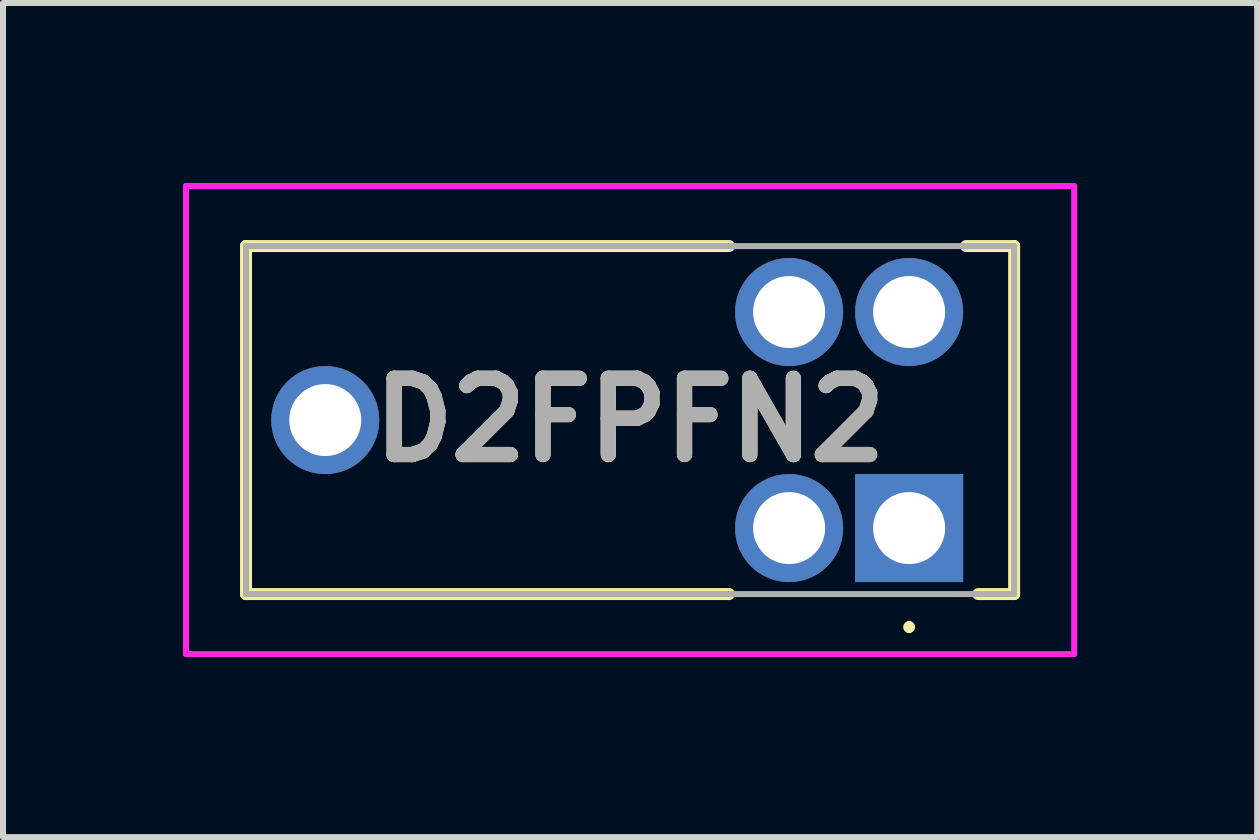
<source format=kicad_pcb>
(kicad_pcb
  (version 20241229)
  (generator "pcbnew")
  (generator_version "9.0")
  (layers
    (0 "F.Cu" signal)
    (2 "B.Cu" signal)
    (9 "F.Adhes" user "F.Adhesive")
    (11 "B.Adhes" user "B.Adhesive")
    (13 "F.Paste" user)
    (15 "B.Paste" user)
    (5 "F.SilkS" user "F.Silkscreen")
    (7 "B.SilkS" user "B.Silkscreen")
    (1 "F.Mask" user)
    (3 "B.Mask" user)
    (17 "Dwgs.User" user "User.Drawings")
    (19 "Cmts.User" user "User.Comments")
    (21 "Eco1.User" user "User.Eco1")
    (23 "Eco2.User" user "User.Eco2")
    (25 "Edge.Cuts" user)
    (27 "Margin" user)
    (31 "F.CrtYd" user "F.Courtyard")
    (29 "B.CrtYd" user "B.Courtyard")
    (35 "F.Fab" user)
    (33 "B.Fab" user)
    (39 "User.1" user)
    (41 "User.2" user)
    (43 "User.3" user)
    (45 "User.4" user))
  (footprint "D2FPFN2"
    (layer "F.Cu")
    (at 12.1 5.75)
    (property "Reference" "D2FPFN2" (at -4.65 -1.8 0) (layer "F.SilkS") (effects (font (size 1.27 1.27) (thickness 0.254))))
    (attr through_hole)
    (fp_line (start -11.05 -4.7) (end -11.05 1.1) (stroke (width 0.2) (type solid)) (layer "F.SilkS"))
    (fp_line (start -11.05 1.1) (end -3 1.1) (stroke (width 0.2) (type solid)) (layer "F.SilkS"))
    (fp_line (start -3 -4.7) (end -11.05 -4.7) (stroke (width 0.2) (type solid)) (layer "F.SilkS"))
    (fp_line (start 0 1.6) (end 0 1.6) (stroke (width 0.1) (type solid)) (layer "F.SilkS"))
    (fp_line (start 0 1.7) (end 0 1.7) (stroke (width 0.1) (type solid)) (layer "F.SilkS"))
    (fp_line (start 0.95 -4.7) (end 1.75 -4.7) (stroke (width 0.2) (type solid)) (layer "F.SilkS"))
    (fp_line (start 1.75 -4.7) (end 1.75 1.1) (stroke (width 0.2) (type solid)) (layer "F.SilkS"))
    (fp_line (start 1.75 1.1) (end 1.15 1.1) (stroke (width 0.2) (type solid)) (layer "F.SilkS"))
    (fp_arc (start 0 1.6) (mid 0.05 1.65) (end 0 1.7) (stroke (width 0.1) (type solid)) (layer "F.SilkS"))
    (fp_arc (start 0 1.7) (mid -0.05 1.65) (end 0 1.6) (stroke (width 0.1) (type solid)) (layer "F.SilkS"))
    (fp_line (start -12.05 -5.7) (end 2.75 -5.7) (stroke (width 0.1) (type solid)) (layer "F.CrtYd"))
    (fp_line (start -12.05 2.1) (end -12.05 -5.7) (stroke (width 0.1) (type solid)) (layer "F.CrtYd"))
    (fp_line (start 2.75 -5.7) (end 2.75 2.1) (stroke (width 0.1) (type solid)) (layer "F.CrtYd"))
    (fp_line (start 2.75 2.1) (end -12.05 2.1) (stroke (width 0.1) (type solid)) (layer "F.CrtYd"))
    (fp_line (start -11.05 -4.7) (end 1.75 -4.7) (stroke (width 0.1) (type solid)) (layer "F.Fab"))
    (fp_line (start -11.05 1.1) (end -11.05 -4.7) (stroke (width 0.1) (type solid)) (layer "F.Fab"))
    (fp_line (start 1.75 -4.7) (end 1.75 1.1) (stroke (width 0.1) (type solid)) (layer "F.Fab"))
    (fp_line (start 1.75 1.1) (end -11.05 1.1) (stroke (width 0.1) (type solid)) (layer "F.Fab"))
    (fp_text user "${REFERENCE}" (at -4.65 -1.8 0) (layer "F.Fab") (effects (font (size 1.27 1.27) (thickness 0.254))))
    (pad "A1" thru_hole rect (at 0 0) (size 1.8 1.8) (drill 1.2) (layers "*.Cu" "*.Mask"))
    (pad "C1" thru_hole circle (at 0 -3.6) (size 1.8 1.8) (drill 1.2) (layers "*.Cu" "*.Mask"))
    (pad "E1" thru_hole circle (at -2 -3.6) (size 1.8 1.8) (drill 1.2) (layers "*.Cu" "*.Mask"))
    (pad "K1" thru_hole circle (at -2 0) (size 1.8 1.8) (drill 1.2) (layers "*.Cu" "*.Mask"))
    (pad "MH1" thru_hole circle (at -9.73 -1.8) (size 1.8 1.8) (drill 1.2) (layers "*.Cu" "*.Mask")))
  (gr_rect
    (start -3 -3)
    (end 17.9 10.9)
    (stroke (width 0.1) (type default))
    (fill no)
    (layer "Edge.Cuts")))
</source>
